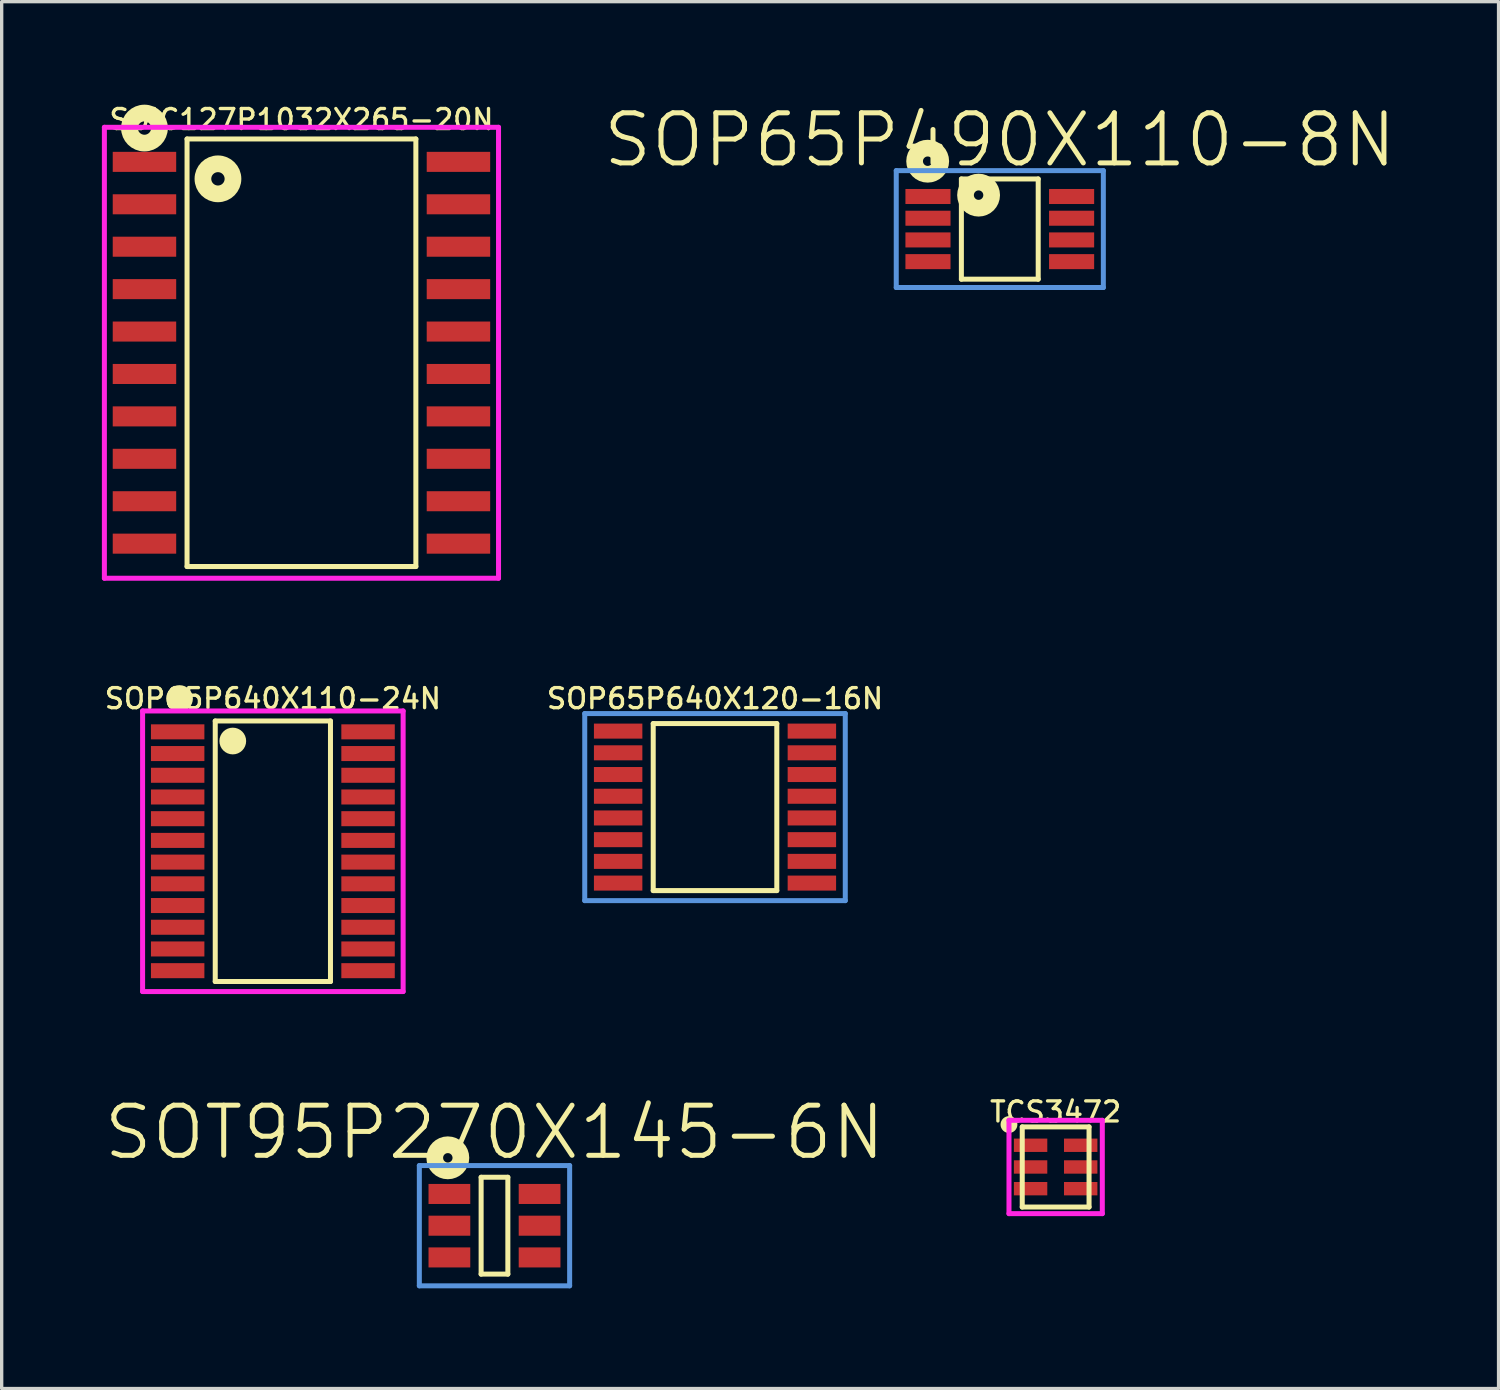
<source format=kicad_pcb>
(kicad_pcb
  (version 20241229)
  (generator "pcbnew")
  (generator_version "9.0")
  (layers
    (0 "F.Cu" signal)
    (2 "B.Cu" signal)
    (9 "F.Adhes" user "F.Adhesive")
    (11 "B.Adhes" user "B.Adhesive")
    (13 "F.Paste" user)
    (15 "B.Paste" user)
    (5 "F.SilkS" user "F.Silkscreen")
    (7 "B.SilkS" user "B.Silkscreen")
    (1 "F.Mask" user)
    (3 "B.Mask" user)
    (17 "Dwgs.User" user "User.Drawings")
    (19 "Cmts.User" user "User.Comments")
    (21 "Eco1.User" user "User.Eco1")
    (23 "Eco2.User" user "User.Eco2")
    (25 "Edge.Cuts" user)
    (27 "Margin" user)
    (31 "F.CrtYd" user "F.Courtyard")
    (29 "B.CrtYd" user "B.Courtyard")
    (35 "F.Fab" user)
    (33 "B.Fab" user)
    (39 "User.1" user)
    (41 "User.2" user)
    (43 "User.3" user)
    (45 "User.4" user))
  (footprint "SOP65P640X120-16N"
    (layer "F.Cu")
    (at 18.356 21.113)
    (property "Reference" "SOP65P640X120-16N" (at 0 -3.25 0) (layer "F.SilkS") (effects (font (size 0.6 0.6) (thickness 0.1))))
    (attr through_hole)
    (fp_line (start -1.85 -2.5) (end 1.85 -2.5) (stroke (width 0.15) (type solid)) (layer "F.SilkS"))
    (fp_line (start -1.85 2.5) (end -1.85 -2.5) (stroke (width 0.15) (type solid)) (layer "F.SilkS"))
    (fp_line (start 1.85 -2.5) (end 1.85 2.5) (stroke (width 0.15) (type solid)) (layer "F.SilkS"))
    (fp_line (start 1.85 2.5) (end -1.85 2.5) (stroke (width 0.15) (type solid)) (layer "F.SilkS"))
    (fp_line (start -3.9 -2.8) (end 3.9 -2.8) (stroke (width 0.15) (type solid)) (layer "Cmts.User"))
    (fp_line (start -3.9 2.8) (end -3.9 -2.8) (stroke (width 0.15) (type solid)) (layer "Cmts.User"))
    (fp_line (start 3.9 -2.8) (end 3.9 2.8) (stroke (width 0.15) (type solid)) (layer "Cmts.User"))
    (fp_line (start 3.9 2.8) (end -3.9 2.8) (stroke (width 0.15) (type solid)) (layer "Cmts.User"))
    (pad "1" smd rect (at -2.9 -2.275) (size 1.45 0.45) (layers "F.Cu" "F.Mask" "F.Paste"))
    (pad "2" smd rect (at -2.9 -1.625) (size 1.45 0.45) (layers "F.Cu" "F.Mask" "F.Paste"))
    (pad "3" smd rect (at -2.9 -0.975) (size 1.45 0.45) (layers "F.Cu" "F.Mask" "F.Paste"))
    (pad "4" smd rect (at -2.9 -0.325) (size 1.45 0.45) (layers "F.Cu" "F.Mask" "F.Paste"))
    (pad "5" smd rect (at -2.9 0.325) (size 1.45 0.45) (layers "F.Cu" "F.Mask" "F.Paste"))
    (pad "6" smd rect (at -2.9 0.975) (size 1.45 0.45) (layers "F.Cu" "F.Mask" "F.Paste"))
    (pad "7" smd rect (at -2.9 1.625) (size 1.45 0.45) (layers "F.Cu" "F.Mask" "F.Paste"))
    (pad "8" smd rect (at -2.9 2.275) (size 1.45 0.45) (layers "F.Cu" "F.Mask" "F.Paste"))
    (pad "9" smd rect (at 2.9 2.275) (size 1.45 0.45) (layers "F.Cu" "F.Mask" "F.Paste"))
    (pad "10" smd rect (at 2.9 1.625) (size 1.45 0.45) (layers "F.Cu" "F.Mask" "F.Paste"))
    (pad "11" smd rect (at 2.9 0.975) (size 1.45 0.45) (layers "F.Cu" "F.Mask" "F.Paste"))
    (pad "12" smd rect (at 2.9 0.325) (size 1.45 0.45) (layers "F.Cu" "F.Mask" "F.Paste"))
    (pad "13" smd rect (at 2.9 -0.325) (size 1.45 0.45) (layers "F.Cu" "F.Mask" "F.Paste"))
    (pad "14" smd rect (at 2.9 -0.975) (size 1.45 0.45) (layers "F.Cu" "F.Mask" "F.Paste"))
    (pad "15" smd rect (at 2.9 -1.625) (size 1.45 0.45) (layers "F.Cu" "F.Mask" "F.Paste"))
    (pad "16" smd rect (at 2.9 -2.275) (size 1.45 0.45) (layers "F.Cu" "F.Mask" "F.Paste")))
  (footprint "TCS3472"
    (layer "F.Cu")
    (at 28.554 31.887)
    (property "Reference" "TCS3472" (at 0 -1.651 0) (layer "F.SilkS") (effects (font (size 0.6 0.6) (thickness 0.1))))
    (attr through_hole)
    (fp_line (start -1 -1.2) (end -1 1.2) (stroke (width 0.15) (type solid)) (layer "F.SilkS"))
    (fp_line (start -1 1.2) (end 1 1.2) (stroke (width 0.15) (type solid)) (layer "F.SilkS"))
    (fp_line (start 1 -1.2) (end -1 -1.2) (stroke (width 0.15) (type solid)) (layer "F.SilkS"))
    (fp_line (start 1 1.2) (end 1 -1.2) (stroke (width 0.15) (type solid)) (layer "F.SilkS"))
    (fp_circle (center -1.397 -1.27) (end -1.27 -1.27) (stroke (width 0.25) (type solid)) (fill no) (layer "F.SilkS"))
    (fp_line (start -1.397 -1.397) (end -1.397 1.397) (stroke (width 0.15) (type solid)) (layer "F.CrtYd"))
    (fp_line (start -1.397 1.397) (end 1.397 1.397) (stroke (width 0.15) (type solid)) (layer "F.CrtYd"))
    (fp_line (start 1.397 -1.397) (end -1.397 -1.397) (stroke (width 0.15) (type solid)) (layer "F.CrtYd"))
    (fp_line (start 1.397 1.397) (end 1.397 -1.397) (stroke (width 0.15) (type solid)) (layer "F.CrtYd"))
    (pad "1" smd rect (at -0.75 -0.65) (size 1 0.4) (layers "F.Cu" "F.Mask" "F.Paste"))
    (pad "2" smd rect (at -0.75 0) (size 1 0.4) (layers "F.Cu" "F.Mask" "F.Paste"))
    (pad "3" smd rect (at -0.75 0.65) (size 1 0.4) (layers "F.Cu" "F.Mask" "F.Paste"))
    (pad "4" smd rect (at 0.75 0.65) (size 1 0.4) (layers "F.Cu" "F.Mask" "F.Paste"))
    (pad "5" smd rect (at 0.75 0) (size 1 0.4) (layers "F.Cu" "F.Mask" "F.Paste"))
    (pad "6" smd rect (at 0.75 -0.65) (size 1 0.4) (layers "F.Cu" "F.Mask" "F.Paste")))
  (footprint "SOP65P490X110-8N"
    (layer "F.Cu")
    (at 26.882 3.808)
    (property "Reference" "SOP65P490X110-8N" (at 0 -2.667 0) (layer "F.SilkS") (effects (font (size 1.5 1.5) (thickness 0.15))))
    (attr through_hole)
    (fp_line (start -1.15 -1.5) (end 1.15 -1.5) (stroke (width 0.15) (type solid)) (layer "F.SilkS"))
    (fp_line (start -1.15 1.5) (end -1.15 -1.5) (stroke (width 0.15) (type solid)) (layer "F.SilkS"))
    (fp_line (start 1.15 -1.5) (end 1.15 1.5) (stroke (width 0.15) (type solid)) (layer "F.SilkS"))
    (fp_line (start 1.15 1.5) (end -1.15 1.5) (stroke (width 0.15) (type solid)) (layer "F.SilkS"))
    (fp_circle (center -2.159 -2.032) (end -2.059 -1.932) (stroke (width 0.5) (type solid)) (fill no) (layer "F.SilkS"))
    (fp_circle (center -0.635 -1.016) (end -0.535 -0.916) (stroke (width 0.5) (type solid)) (fill no) (layer "F.SilkS"))
    (fp_line (start -3.1 -1.75) (end 3.1 -1.75) (stroke (width 0.15) (type solid)) (layer "Cmts.User"))
    (fp_line (start -3.1 1.75) (end -3.1 -1.75) (stroke (width 0.15) (type solid)) (layer "Cmts.User"))
    (fp_line (start 3.1 -1.75) (end 3.1 1.75) (stroke (width 0.15) (type solid)) (layer "Cmts.User"))
    (fp_line (start 3.1 1.75) (end -3.1 1.75) (stroke (width 0.15) (type solid)) (layer "Cmts.User"))
    (pad "1" smd rect (at -2.15 -0.975) (size 1.35 0.45) (layers "F.Cu" "F.Mask" "F.Paste"))
    (pad "2" smd rect (at -2.15 -0.325) (size 1.35 0.45) (layers "F.Cu" "F.Mask" "F.Paste"))
    (pad "3" smd rect (at -2.15 0.325) (size 1.35 0.45) (layers "F.Cu" "F.Mask" "F.Paste"))
    (pad "4" smd rect (at -2.15 0.975) (size 1.35 0.45) (layers "F.Cu" "F.Mask" "F.Paste"))
    (pad "5" smd rect (at 2.15 0.975) (size 1.35 0.45) (layers "F.Cu" "F.Mask" "F.Paste"))
    (pad "6" smd rect (at 2.15 0.325) (size 1.35 0.45) (layers "F.Cu" "F.Mask" "F.Paste"))
    (pad "7" smd rect (at 2.15 -0.325) (size 1.35 0.45) (layers "F.Cu" "F.Mask" "F.Paste"))
    (pad "8" smd rect (at 2.15 -0.975) (size 1.35 0.45) (layers "F.Cu" "F.Mask" "F.Paste")))
  (footprint "SOIC127P1032X265-20N"
    (layer "F.Cu")
    (at 5.975 7.511)
    (property "Reference" "SOIC127P1032X265-20N" (at 0 -6.985 0) (layer "F.SilkS") (effects (font (size 0.6 0.6) (thickness 0.1))))
    (attr through_hole)
    (fp_line (start -3.425 -6.4) (end 3.425 -6.4) (stroke (width 0.15) (type solid)) (layer "F.SilkS"))
    (fp_line (start -3.425 6.4) (end -3.425 -6.4) (stroke (width 0.15) (type solid)) (layer "F.SilkS"))
    (fp_line (start 3.425 -6.4) (end 3.425 6.4) (stroke (width 0.15) (type solid)) (layer "F.SilkS"))
    (fp_line (start 3.425 6.4) (end -3.425 6.4) (stroke (width 0.15) (type solid)) (layer "F.SilkS"))
    (fp_circle (center -4.7 -6.727) (end -4.5 -6.727) (stroke (width 0.5) (type solid)) (fill no) (layer "F.SilkS"))
    (fp_circle (center -2.5 -5.207) (end -2.3 -5.207) (stroke (width 0.5) (type solid)) (fill no) (layer "F.SilkS"))
    (fp_line (start -5.9 -6.75) (end 5.9 -6.75) (stroke (width 0.15) (type solid)) (layer "F.CrtYd"))
    (fp_line (start -5.9 6.75) (end -5.9 -6.75) (stroke (width 0.15) (type solid)) (layer "F.CrtYd"))
    (fp_line (start 5.9 -6.75) (end 5.9 6.75) (stroke (width 0.15) (type solid)) (layer "F.CrtYd"))
    (fp_line (start 5.9 6.75) (end -5.9 6.75) (stroke (width 0.15) (type solid)) (layer "F.CrtYd"))
    (pad "1" smd rect (at -4.7 -5.715) (size 1.9 0.6) (layers "F.Cu" "F.Mask" "F.Paste"))
    (pad "2" smd rect (at -4.7 -4.445) (size 1.9 0.6) (layers "F.Cu" "F.Mask" "F.Paste"))
    (pad "3" smd rect (at -4.7 -3.175) (size 1.9 0.6) (layers "F.Cu" "F.Mask" "F.Paste"))
    (pad "4" smd rect (at -4.7 -1.905) (size 1.9 0.6) (layers "F.Cu" "F.Mask" "F.Paste"))
    (pad "5" smd rect (at -4.7 -0.635) (size 1.9 0.6) (layers "F.Cu" "F.Mask" "F.Paste"))
    (pad "6" smd rect (at -4.7 0.635) (size 1.9 0.6) (layers "F.Cu" "F.Mask" "F.Paste"))
    (pad "7" smd rect (at -4.7 1.905) (size 1.9 0.6) (layers "F.Cu" "F.Mask" "F.Paste"))
    (pad "8" smd rect (at -4.7 3.175) (size 1.9 0.6) (layers "F.Cu" "F.Mask" "F.Paste"))
    (pad "9" smd rect (at -4.7 4.445) (size 1.9 0.6) (layers "F.Cu" "F.Mask" "F.Paste"))
    (pad "10" smd rect (at -4.7 5.715) (size 1.9 0.6) (layers "F.Cu" "F.Mask" "F.Paste"))
    (pad "11" smd rect (at 4.7 5.715) (size 1.9 0.6) (layers "F.Cu" "F.Mask" "F.Paste"))
    (pad "12" smd rect (at 4.7 4.445) (size 1.9 0.6) (layers "F.Cu" "F.Mask" "F.Paste"))
    (pad "13" smd rect (at 4.7 3.175) (size 1.9 0.6) (layers "F.Cu" "F.Mask" "F.Paste"))
    (pad "14" smd rect (at 4.7 1.905) (size 1.9 0.6) (layers "F.Cu" "F.Mask" "F.Paste"))
    (pad "15" smd rect (at 4.7 0.635) (size 1.9 0.6) (layers "F.Cu" "F.Mask" "F.Paste"))
    (pad "16" smd rect (at 4.7 -0.635) (size 1.9 0.6) (layers "F.Cu" "F.Mask" "F.Paste"))
    (pad "17" smd rect (at 4.7 -1.905) (size 1.9 0.6) (layers "F.Cu" "F.Mask" "F.Paste"))
    (pad "18" smd rect (at 4.7 -3.175) (size 1.9 0.6) (layers "F.Cu" "F.Mask" "F.Paste"))
    (pad "19" smd rect (at 4.7 -4.445) (size 1.9 0.6) (layers "F.Cu" "F.Mask" "F.Paste"))
    (pad "20" smd rect (at 4.7 -5.715) (size 1.9 0.6) (layers "F.Cu" "F.Mask" "F.Paste")))
  (footprint "SOP65P640X110-24N"
    (layer "F.Cu")
    (at 5.119 22.435)
    (property "Reference" "SOP65P640X110-24N" (at 0 -4.572 0) (layer "F.SilkS") (effects (font (size 0.6 0.6) (thickness 0.1))))
    (attr through_hole)
    (fp_line (start -1.725 -3.9) (end -1.725 3.9) (stroke (width 0.15) (type solid)) (layer "F.SilkS"))
    (fp_line (start -1.725 -3.9) (end 1.725 -3.9) (stroke (width 0.15) (type solid)) (layer "F.SilkS"))
    (fp_line (start -1.725 3.9) (end 1.725 3.9) (stroke (width 0.15) (type solid)) (layer "F.SilkS"))
    (fp_line (start 1.725 -3.9) (end 1.725 3.9) (stroke (width 0.15) (type solid)) (layer "F.SilkS"))
    (fp_circle (center -2.794 -4.572) (end -2.994 -4.572) (stroke (width 0.4) (type solid)) (fill no) (layer "F.SilkS"))
    (fp_circle (center -1.2 -3.3) (end -1 -3.3) (stroke (width 0.4) (type solid)) (fill no) (layer "F.SilkS"))
    (fp_line (start -3.9 -4.2) (end 3.9 -4.2) (stroke (width 0.15) (type solid)) (layer "F.CrtYd"))
    (fp_line (start -3.9 4.2) (end -3.9 -4.2) (stroke (width 0.15) (type solid)) (layer "F.CrtYd"))
    (fp_line (start 3.9 -4.2) (end 3.9 4.2) (stroke (width 0.15) (type solid)) (layer "F.CrtYd"))
    (fp_line (start 3.9 4.2) (end -3.9 4.2) (stroke (width 0.15) (type solid)) (layer "F.CrtYd"))
    (pad "1" smd rect (at -2.85 -3.575) (size 1.6 0.45) (layers "F.Cu" "F.Mask" "F.Paste"))
    (pad "2" smd rect (at -2.85 -2.925) (size 1.6 0.45) (layers "F.Cu" "F.Mask" "F.Paste"))
    (pad "3" smd rect (at -2.85 -2.275) (size 1.6 0.45) (layers "F.Cu" "F.Mask" "F.Paste"))
    (pad "4" smd rect (at -2.85 -1.625) (size 1.6 0.45) (layers "F.Cu" "F.Mask" "F.Paste"))
    (pad "5" smd rect (at -2.85 -0.975) (size 1.6 0.45) (layers "F.Cu" "F.Mask" "F.Paste"))
    (pad "6" smd rect (at -2.85 -0.325) (size 1.6 0.45) (layers "F.Cu" "F.Mask" "F.Paste"))
    (pad "7" smd rect (at -2.85 0.325) (size 1.6 0.45) (layers "F.Cu" "F.Mask" "F.Paste"))
    (pad "8" smd rect (at -2.85 0.975) (size 1.6 0.45) (layers "F.Cu" "F.Mask" "F.Paste"))
    (pad "9" smd rect (at -2.85 1.625) (size 1.6 0.45) (layers "F.Cu" "F.Mask" "F.Paste"))
    (pad "10" smd rect (at -2.85 2.275) (size 1.6 0.45) (layers "F.Cu" "F.Mask" "F.Paste"))
    (pad "11" smd rect (at -2.85 2.925) (size 1.6 0.45) (layers "F.Cu" "F.Mask" "F.Paste"))
    (pad "12" smd rect (at -2.85 3.575) (size 1.6 0.45) (layers "F.Cu" "F.Mask" "F.Paste"))
    (pad "13" smd rect (at 2.85 3.575) (size 1.6 0.45) (layers "F.Cu" "F.Mask" "F.Paste"))
    (pad "14" smd rect (at 2.85 2.925) (size 1.6 0.45) (layers "F.Cu" "F.Mask" "F.Paste"))
    (pad "15" smd rect (at 2.85 2.275) (size 1.6 0.45) (layers "F.Cu" "F.Mask" "F.Paste"))
    (pad "16" smd rect (at 2.85 1.625) (size 1.6 0.45) (layers "F.Cu" "F.Mask" "F.Paste"))
    (pad "17" smd rect (at 2.85 0.975) (size 1.6 0.45) (layers "F.Cu" "F.Mask" "F.Paste"))
    (pad "18" smd rect (at 2.85 0.325) (size 1.6 0.45) (layers "F.Cu" "F.Mask" "F.Paste"))
    (pad "19" smd rect (at 2.85 -0.325) (size 1.6 0.45) (layers "F.Cu" "F.Mask" "F.Paste"))
    (pad "20" smd rect (at 2.85 -0.975) (size 1.6 0.45) (layers "F.Cu" "F.Mask" "F.Paste"))
    (pad "21" smd rect (at 2.85 -1.625) (size 1.6 0.45) (layers "F.Cu" "F.Mask" "F.Paste"))
    (pad "22" smd rect (at 2.85 -2.275) (size 1.6 0.45) (layers "F.Cu" "F.Mask" "F.Paste"))
    (pad "23" smd rect (at 2.85 -2.925) (size 1.6 0.45) (layers "F.Cu" "F.Mask" "F.Paste"))
    (pad "24" smd rect (at 2.85 -3.575) (size 1.6 0.45) (layers "F.Cu" "F.Mask" "F.Paste")))
  (footprint "SOT95P270X145-6N"
    (layer "F.Cu")
    (at 11.754 33.645)
    (property "Reference" "SOT95P270X145-6N" (at 0 -2.794 0) (layer "F.SilkS") (effects (font (size 1.5 1.5) (thickness 0.15))))
    (attr through_hole)
    (fp_line (start -0.4 -1.45) (end -0.4 1.45) (stroke (width 0.15) (type solid)) (layer "F.SilkS"))
    (fp_line (start -0.4 1.45) (end 0.4 1.45) (stroke (width 0.15) (type solid)) (layer "F.SilkS"))
    (fp_line (start 0.4 -1.45) (end -0.4 -1.45) (stroke (width 0.15) (type solid)) (layer "F.SilkS"))
    (fp_line (start 0.4 1.45) (end 0.4 -1.45) (stroke (width 0.15) (type solid)) (layer "F.SilkS"))
    (fp_circle (center -1.397 -2.032) (end -1.297 -1.932) (stroke (width 0.5) (type solid)) (fill no) (layer "F.SilkS"))
    (fp_line (start -2.25 -1.8) (end 2.25 -1.8) (stroke (width 0.15) (type solid)) (layer "Cmts.User"))
    (fp_line (start -2.25 1.8) (end -2.25 -1.8) (stroke (width 0.15) (type solid)) (layer "Cmts.User"))
    (fp_line (start 2.25 -1.8) (end 2.25 1.8) (stroke (width 0.15) (type solid)) (layer "Cmts.User"))
    (fp_line (start 2.25 1.8) (end -2.25 1.8) (stroke (width 0.15) (type solid)) (layer "Cmts.User"))
    (pad "1" smd rect (at -1.35 -0.95) (size 1.25 0.6) (layers "F.Cu" "F.Mask" "F.Paste"))
    (pad "2" smd rect (at -1.35 0) (size 1.25 0.6) (layers "F.Cu" "F.Mask" "F.Paste"))
    (pad "3" smd rect (at -1.35 0.95) (size 1.25 0.6) (layers "F.Cu" "F.Mask" "F.Paste"))
    (pad "4" smd rect (at 1.35 0.95) (size 1.25 0.6) (layers "F.Cu" "F.Mask" "F.Paste"))
    (pad "5" smd rect (at 1.35 0) (size 1.25 0.6) (layers "F.Cu" "F.Mask" "F.Paste"))
    (pad "6" smd rect (at 1.35 -0.95) (size 1.25 0.6) (layers "F.Cu" "F.Mask" "F.Paste")))
  (gr_rect
    (start -3 -3)
    (end 41.814 38.52)
    (stroke (width 0.1) (type default))
    (fill no)
    (layer "Edge.Cuts")))
</source>
